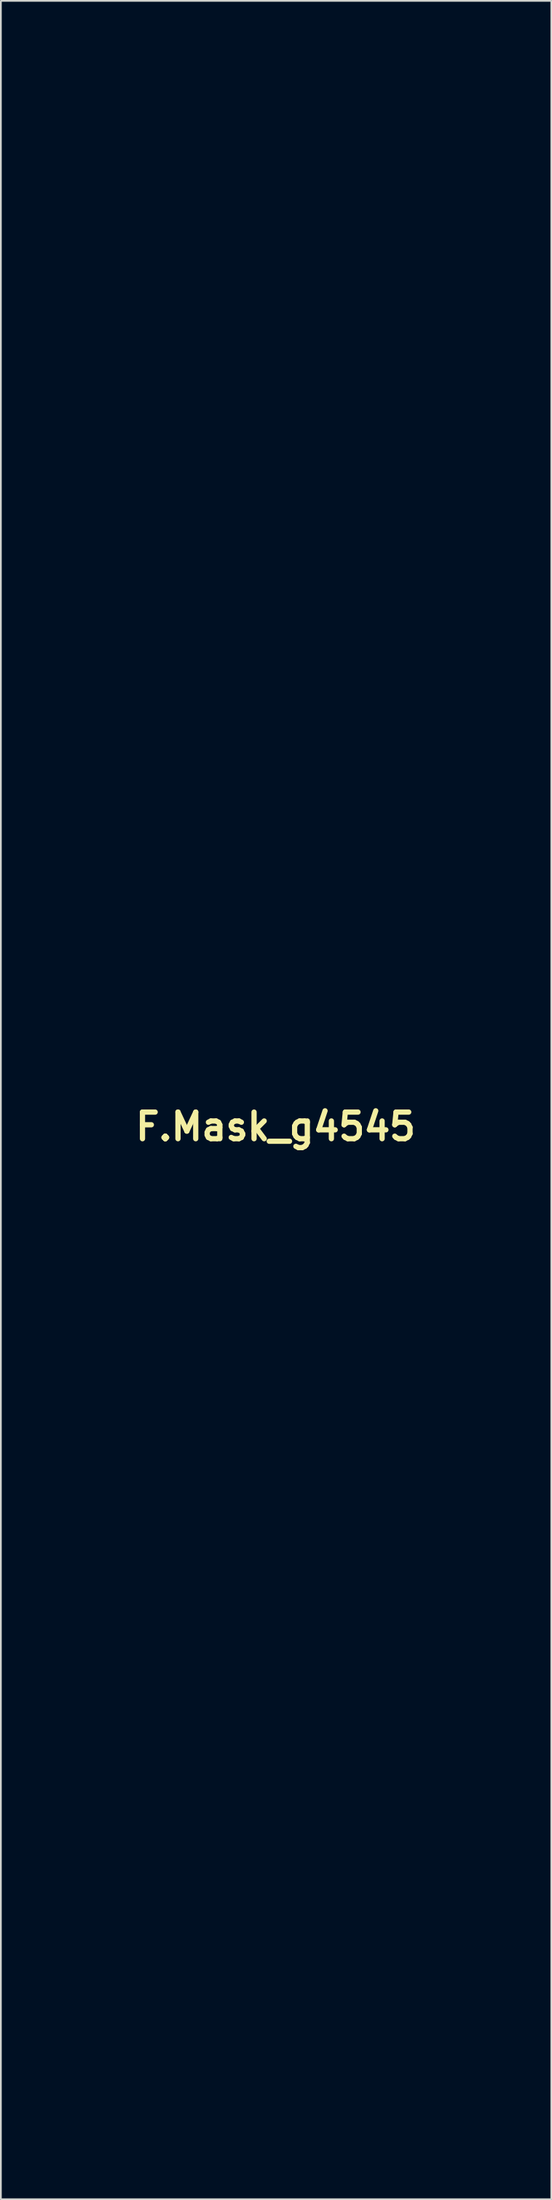
<source format=kicad_pcb>
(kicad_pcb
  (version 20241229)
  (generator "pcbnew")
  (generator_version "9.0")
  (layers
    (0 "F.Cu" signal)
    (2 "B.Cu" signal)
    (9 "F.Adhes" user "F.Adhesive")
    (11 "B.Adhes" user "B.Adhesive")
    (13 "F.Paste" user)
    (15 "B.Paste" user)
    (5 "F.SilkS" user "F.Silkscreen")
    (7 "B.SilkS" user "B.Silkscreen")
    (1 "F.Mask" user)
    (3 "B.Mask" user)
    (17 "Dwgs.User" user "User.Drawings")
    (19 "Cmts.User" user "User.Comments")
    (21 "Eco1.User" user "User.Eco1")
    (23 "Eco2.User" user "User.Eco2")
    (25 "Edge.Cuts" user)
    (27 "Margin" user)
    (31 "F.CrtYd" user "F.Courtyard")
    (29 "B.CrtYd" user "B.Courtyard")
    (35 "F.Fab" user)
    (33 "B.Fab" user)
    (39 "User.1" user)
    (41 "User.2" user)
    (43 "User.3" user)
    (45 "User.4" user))
  (footprint "F.Mask_g4545"
    (layer "F.Cu")
    (at 12.726 61.421)
    (property "Reference" "F.Mask_g4545" (at 0 0 0) (layer "F.SilkS") (effects (font (size 1.524 1.524) (thickness 0.3))))
    (attr through_hole)
    (fp_poly (pts (xy -11.486 -2.211) (xy -11.361 -2.164) (xy -11.303 -2.14) (xy -11.266 -2.142) (xy -11.231 -2.168) (xy -11.174 -2.196) (xy -11.123 -2.186) (xy -11.092 -2.148) (xy -11.092 -2.095) (xy -11.116 -2.053) (xy -11.143 -2.016) (xy -11.144 -1.979) (xy -11.12 -1.923) (xy -11.067 -1.775) (xy -11.056 -1.636) (xy -11.089 -1.501) (xy -11.167 -1.362) (xy -11.269 -1.238) (xy -11.369 -1.125) (xy -11.438 -1.034) (xy -11.483 -0.953) (xy -11.509 -0.871) (xy -11.524 -0.78) (xy -11.548 -0.66) (xy -11.589 -0.587) (xy -11.647 -0.562) (xy -11.723 -0.585) (xy -11.817 -0.655) (xy -11.858 -0.695) (xy -11.992 -0.83) (xy -12.092 -0.781) (xy -12.205 -0.749) (xy -12.312 -0.759) (xy -12.407 -0.805) (xy -12.481 -0.877) (xy -12.528 -0.97) (xy -12.541 -1.074) (xy -12.511 -1.184) (xy -12.504 -1.197) (xy -12.453 -1.291) (xy -12.589 -1.426) (xy -12.678 -1.527) (xy -12.719 -1.609) (xy -12.713 -1.674) (xy -12.659 -1.722) (xy -12.558 -1.754) (xy -12.499 -1.763) (xy -12.405 -1.779) (xy -12.327 -1.804) (xy -12.251 -1.845) (xy -12.166 -1.909) (xy -12.059 -2.003) (xy -12.046 -2.015) (xy -11.899 -2.133) (xy -11.761 -2.204) (xy -11.625 -2.229) (xy -11.486 -2.211)) (stroke (width 0.01) (type solid)) (fill yes) (layer "F.Mask"))
    (fp_poly (pts (xy -11.513 21.357) (xy -11.407 21.383) (xy -11.383 21.393) (xy -11.322 21.42) (xy -11.282 21.42) (xy -11.244 21.399) (xy -11.19 21.367) (xy -11.153 21.369) (xy -11.114 21.402) (xy -11.089 21.434) (xy -11.092 21.469) (xy -11.115 21.511) (xy -11.141 21.566) (xy -11.138 21.612) (xy -11.118 21.655) (xy -11.065 21.799) (xy -11.056 21.938) (xy -11.093 22.076) (xy -11.178 22.219) (xy -11.266 22.326) (xy -11.368 22.442) (xy -11.439 22.537) (xy -11.484 22.622) (xy -11.511 22.71) (xy -11.524 22.792) (xy -11.549 22.91) (xy -11.594 22.984) (xy -11.657 23.012) (xy -11.664 23.012) (xy -11.706 22.996) (xy -11.77 22.952) (xy -11.844 22.89) (xy -11.857 22.878) (xy -12.002 22.743) (xy -12.09 22.79) (xy -12.202 22.823) (xy -12.313 22.808) (xy -12.414 22.749) (xy -12.498 22.649) (xy -12.541 22.543) (xy -12.536 22.442) (xy -12.499 22.362) (xy -12.451 22.282) (xy -12.588 22.147) (xy -12.674 22.052) (xy -12.717 21.976) (xy -12.721 21.914) (xy -12.686 21.859) (xy -12.685 21.859) (xy -12.632 21.826) (xy -12.598 21.819) (xy -12.546 21.813) (xy -12.467 21.8) (xy -12.419 21.79) (xy -12.345 21.769) (xy -12.277 21.735) (xy -12.202 21.68) (xy -12.11 21.599) (xy -12.022 21.522) (xy -11.939 21.454) (xy -11.872 21.405) (xy -11.852 21.393) (xy -11.758 21.363) (xy -11.638 21.351) (xy -11.513 21.357)) (stroke (width 0.01) (type solid)) (fill yes) (layer "F.Mask"))
    (fp_poly (pts (xy 11.624 -49.328) (xy 11.776 -49.233) (xy 11.86 -49.161) (xy 11.978 -49.055) (xy 12.076 -48.984) (xy 12.163 -48.942) (xy 12.248 -48.923) (xy 12.299 -48.92) (xy 12.416 -48.907) (xy 12.489 -48.868) (xy 12.519 -48.807) (xy 12.504 -48.727) (xy 12.443 -48.631) (xy 12.393 -48.575) (xy 12.264 -48.444) (xy 12.304 -48.366) (xy 12.338 -48.251) (xy 12.33 -48.134) (xy 12.282 -48.03) (xy 12.199 -47.951) (xy 12.194 -47.948) (xy 12.111 -47.917) (xy 12.011 -47.907) (xy 11.916 -47.916) (xy 11.851 -47.943) (xy 11.824 -47.959) (xy 11.795 -47.956) (xy 11.756 -47.931) (xy 11.695 -47.877) (xy 11.656 -47.841) (xy 11.572 -47.764) (xy 11.512 -47.72) (xy 11.466 -47.706) (xy 11.422 -47.718) (xy 11.385 -47.741) (xy 11.342 -47.792) (xy 11.328 -47.871) (xy 11.328 -47.874) (xy 11.319 -47.989) (xy 11.287 -48.092) (xy 11.228 -48.195) (xy 11.133 -48.311) (xy 11.109 -48.338) (xy 11.032 -48.427) (xy 10.965 -48.513) (xy 10.919 -48.582) (xy 10.907 -48.605) (xy 10.878 -48.722) (xy 10.874 -48.86) (xy 10.895 -48.994) (xy 10.913 -49.049) (xy 10.937 -49.123) (xy 10.935 -49.167) (xy 10.925 -49.181) (xy 10.895 -49.237) (xy 10.902 -49.291) (xy 10.936 -49.33) (xy 10.987 -49.344) (xy 11.043 -49.319) (xy 11.047 -49.316) (xy 11.081 -49.291) (xy 11.117 -49.292) (xy 11.173 -49.317) (xy 11.325 -49.369) (xy 11.475 -49.373) (xy 11.624 -49.328)) (stroke (width 0.01) (type solid)) (fill yes) (layer "F.Mask"))
    (fp_poly (pts (xy 11.574 -2.209) (xy 11.662 -2.172) (xy 11.758 -2.107) (xy 11.86 -2.018) (xy 11.978 -1.913) (xy 12.076 -1.842) (xy 12.163 -1.799) (xy 12.248 -1.78) (xy 12.299 -1.778) (xy 12.416 -1.764) (xy 12.489 -1.725) (xy 12.519 -1.664) (xy 12.504 -1.584) (xy 12.443 -1.488) (xy 12.395 -1.435) (xy 12.268 -1.306) (xy 12.309 -1.201) (xy 12.339 -1.074) (xy 12.319 -0.961) (xy 12.251 -0.862) (xy 12.228 -0.84) (xy 12.157 -0.788) (xy 12.086 -0.766) (xy 12.02 -0.763) (xy 11.937 -0.771) (xy 11.869 -0.791) (xy 11.851 -0.801) (xy 11.824 -0.816) (xy 11.795 -0.814) (xy 11.756 -0.789) (xy 11.695 -0.735) (xy 11.656 -0.698) (xy 11.572 -0.621) (xy 11.512 -0.578) (xy 11.466 -0.564) (xy 11.422 -0.575) (xy 11.385 -0.598) (xy 11.341 -0.651) (xy 11.328 -0.729) (xy 11.315 -0.859) (xy 11.271 -0.978) (xy 11.192 -1.099) (xy 11.11 -1.193) (xy 11.034 -1.279) (xy 10.966 -1.363) (xy 10.919 -1.43) (xy 10.91 -1.445) (xy 10.878 -1.547) (xy 10.867 -1.673) (xy 10.876 -1.798) (xy 10.907 -1.901) (xy 10.909 -1.905) (xy 10.936 -1.97) (xy 10.933 -2.019) (xy 10.922 -2.045) (xy 10.902 -2.108) (xy 10.901 -2.149) (xy 10.93 -2.191) (xy 10.981 -2.204) (xy 11.034 -2.186) (xy 11.047 -2.174) (xy 11.075 -2.15) (xy 11.111 -2.153) (xy 11.153 -2.173) (xy 11.283 -2.216) (xy 11.431 -2.229) (xy 11.574 -2.209)) (stroke (width 0.01) (type solid)) (fill yes) (layer "F.Mask"))
    (fp_poly (pts (xy 11.602 21.382) (xy 11.734 21.463) (xy 11.853 21.564) (xy 11.959 21.66) (xy 12.045 21.725) (xy 12.123 21.766) (xy 12.208 21.791) (xy 12.294 21.806) (xy 12.417 21.834) (xy 12.493 21.88) (xy 12.522 21.943) (xy 12.522 21.951) (xy 12.505 21.992) (xy 12.461 22.056) (xy 12.398 22.13) (xy 12.381 22.148) (xy 12.318 22.22) (xy 12.276 22.276) (xy 12.263 22.309) (xy 12.266 22.312) (xy 12.289 22.346) (xy 12.313 22.407) (xy 12.316 22.416) (xy 12.327 22.535) (xy 12.296 22.641) (xy 12.234 22.729) (xy 12.148 22.792) (xy 12.045 22.82) (xy 11.935 22.809) (xy 11.889 22.791) (xy 11.792 22.742) (xy 11.651 22.877) (xy 11.558 22.959) (xy 11.486 23.001) (xy 11.429 23.005) (xy 11.378 22.972) (xy 11.359 22.949) (xy 11.321 22.873) (xy 11.308 22.787) (xy 11.294 22.68) (xy 11.253 22.578) (xy 11.18 22.469) (xy 11.088 22.365) (xy 10.99 22.257) (xy 10.925 22.168) (xy 10.884 22.087) (xy 10.861 21.999) (xy 10.855 21.951) (xy 10.855 21.836) (xy 10.885 21.715) (xy 10.893 21.693) (xy 10.922 21.613) (xy 10.932 21.565) (xy 10.924 21.534) (xy 10.906 21.51) (xy 10.879 21.454) (xy 10.891 21.405) (xy 10.929 21.374) (xy 10.982 21.373) (xy 11.02 21.396) (xy 11.05 21.418) (xy 11.084 21.422) (xy 11.138 21.408) (xy 11.197 21.386) (xy 11.341 21.346) (xy 11.474 21.344) (xy 11.602 21.382)) (stroke (width 0.01) (type solid)) (fill yes) (layer "F.Mask"))
    (fp_poly (pts (xy -11.48 -49.362) (xy -11.382 -49.326) (xy -11.312 -49.297) (xy -11.271 -49.289) (xy -11.241 -49.303) (xy -11.224 -49.317) (xy -11.167 -49.345) (xy -11.118 -49.334) (xy -11.088 -49.294) (xy -11.087 -49.235) (xy -11.106 -49.193) (xy -11.126 -49.151) (xy -11.125 -49.109) (xy -11.101 -49.045) (xy -11.096 -49.035) (xy -11.053 -48.883) (xy -11.059 -48.73) (xy -11.115 -48.574) (xy -11.221 -48.415) (xy -11.286 -48.341) (xy -11.389 -48.225) (xy -11.456 -48.126) (xy -11.493 -48.034) (xy -11.506 -47.937) (xy -11.506 -47.918) (xy -11.517 -47.821) (xy -11.554 -47.755) (xy -11.557 -47.752) (xy -11.609 -47.712) (xy -11.66 -47.706) (xy -11.726 -47.736) (xy -11.748 -47.749) (xy -11.813 -47.798) (xy -11.886 -47.863) (xy -11.91 -47.887) (xy -11.963 -47.94) (xy -11.997 -47.96) (xy -12.029 -47.954) (xy -12.056 -47.938) (xy -12.134 -47.909) (xy -12.234 -47.901) (xy -12.329 -47.914) (xy -12.37 -47.93) (xy -12.441 -47.993) (xy -12.492 -48.087) (xy -12.519 -48.194) (xy -12.517 -48.298) (xy -12.485 -48.377) (xy -12.467 -48.41) (xy -12.472 -48.441) (xy -12.503 -48.482) (xy -12.551 -48.529) (xy -12.648 -48.636) (xy -12.701 -48.723) (xy -12.709 -48.794) (xy -12.7 -48.818) (xy -12.638 -48.885) (xy -12.54 -48.917) (xy -12.485 -48.92) (xy -12.386 -48.932) (xy -12.289 -48.969) (xy -12.184 -49.037) (xy -12.061 -49.141) (xy -12.043 -49.158) (xy -11.896 -49.279) (xy -11.756 -49.352) (xy -11.62 -49.379) (xy -11.48 -49.362)) (stroke (width 0.01) (type solid)) (fill yes) (layer "F.Mask"))
    (fp_poly (pts (xy -0.278 -37.579) (xy -0.212 -37.565) (xy -0.123 -37.529) (xy -0.027 -37.464) (xy 0.074 -37.375) (xy 0.193 -37.27) (xy 0.29 -37.198) (xy 0.377 -37.156) (xy 0.463 -37.137) (xy 0.514 -37.135) (xy 0.63 -37.121) (xy 0.704 -37.082) (xy 0.733 -37.021) (xy 0.718 -36.941) (xy 0.657 -36.845) (xy 0.61 -36.792) (xy 0.482 -36.663) (xy 0.524 -36.558) (xy 0.553 -36.43) (xy 0.534 -36.318) (xy 0.466 -36.218) (xy 0.443 -36.197) (xy 0.372 -36.145) (xy 0.301 -36.123) (xy 0.234 -36.12) (xy 0.151 -36.128) (xy 0.083 -36.147) (xy 0.065 -36.157) (xy 0.038 -36.173) (xy 0.01 -36.171) (xy -0.03 -36.145) (xy -0.091 -36.092) (xy -0.13 -36.055) (xy -0.213 -35.978) (xy -0.273 -35.935) (xy -0.32 -35.92) (xy -0.363 -35.932) (xy -0.401 -35.955) (xy -0.444 -36.006) (xy -0.457 -36.085) (xy -0.457 -36.088) (xy -0.466 -36.201) (xy -0.496 -36.301) (xy -0.553 -36.401) (xy -0.642 -36.514) (xy -0.684 -36.559) (xy -0.769 -36.659) (xy -0.839 -36.752) (xy -0.883 -36.828) (xy -0.89 -36.845) (xy -0.916 -36.973) (xy -0.916 -37.107) (xy -0.891 -37.226) (xy -0.875 -37.264) (xy -0.849 -37.328) (xy -0.853 -37.378) (xy -0.864 -37.402) (xy -0.885 -37.475) (xy -0.872 -37.531) (xy -0.833 -37.561) (xy -0.777 -37.556) (xy -0.737 -37.529) (xy -0.698 -37.501) (xy -0.663 -37.506) (xy -0.629 -37.526) (xy -0.532 -37.567) (xy -0.408 -37.585) (xy -0.278 -37.579)) (stroke (width 0.01) (type solid)) (fill yes) (layer "F.Mask"))
    (fp_poly (pts (xy -0.233 56.717) (xy -0.146 56.755) (xy -0.042 56.827) (xy 0.058 56.914) (xy 0.178 57.018) (xy 0.277 57.088) (xy 0.366 57.129) (xy 0.455 57.148) (xy 0.508 57.15) (xy 0.597 57.167) (xy 0.673 57.21) (xy 0.724 57.269) (xy 0.737 57.316) (xy 0.72 57.353) (xy 0.676 57.414) (xy 0.613 57.486) (xy 0.6 57.501) (xy 0.532 57.574) (xy 0.494 57.622) (xy 0.482 57.655) (xy 0.489 57.683) (xy 0.501 57.702) (xy 0.53 57.781) (xy 0.536 57.881) (xy 0.519 57.978) (xy 0.497 58.028) (xy 0.418 58.109) (xy 0.316 58.159) (xy 0.206 58.175) (xy 0.103 58.152) (xy 0.07 58.134) (xy 0.039 58.117) (xy 0.011 58.116) (xy -0.026 58.138) (xy -0.082 58.186) (xy -0.131 58.232) (xy -0.205 58.297) (xy -0.269 58.346) (xy -0.312 58.369) (xy -0.317 58.369) (xy -0.362 58.352) (xy -0.416 58.311) (xy -0.42 58.307) (xy -0.468 58.238) (xy -0.483 58.148) (xy -0.483 58.141) (xy -0.491 58.047) (xy -0.519 57.96) (xy -0.572 57.868) (xy -0.656 57.761) (xy -0.719 57.691) (xy -0.822 57.569) (xy -0.888 57.468) (xy -0.916 57.399) (xy -0.933 57.255) (xy -0.915 57.106) (xy -0.875 56.995) (xy -0.85 56.939) (xy -0.852 56.904) (xy -0.878 56.869) (xy -0.906 56.812) (xy -0.895 56.762) (xy -0.857 56.731) (xy -0.804 56.73) (xy -0.763 56.755) (xy -0.727 56.782) (xy -0.69 56.782) (xy -0.638 56.758) (xy -0.503 56.712) (xy -0.353 56.7) (xy -0.233 56.717)) (stroke (width 0.01) (type solid)) (fill yes) (layer "F.Mask"))
    (fp_poly (pts (xy -0.33 9.561) (xy -0.266 9.574) (xy -0.189 9.596) (xy -0.12 9.63) (xy -0.046 9.683) (xy 0.049 9.766) (xy 0.049 9.767) (xy 0.162 9.867) (xy 0.254 9.935) (xy 0.335 9.98) (xy 0.42 10.007) (xy 0.519 10.023) (xy 0.52 10.023) (xy 0.619 10.042) (xy 0.679 10.071) (xy 0.7 10.093) (xy 0.726 10.14) (xy 0.731 10.183) (xy 0.709 10.232) (xy 0.656 10.297) (xy 0.595 10.363) (xy 0.532 10.434) (xy 0.491 10.491) (xy 0.478 10.523) (xy 0.48 10.527) (xy 0.504 10.56) (xy 0.528 10.621) (xy 0.53 10.631) (xy 0.541 10.749) (xy 0.511 10.856) (xy 0.448 10.944) (xy 0.362 11.006) (xy 0.26 11.035) (xy 0.15 11.023) (xy 0.104 11.005) (xy 0.006 10.957) (xy -0.134 11.092) (xy -0.226 11.172) (xy -0.296 11.215) (xy -0.354 11.223) (xy -0.409 11.199) (xy -0.415 11.195) (xy -0.446 11.15) (xy -0.469 11.08) (xy -0.472 11.062) (xy -0.489 10.941) (xy -0.506 10.856) (xy -0.531 10.791) (xy -0.57 10.732) (xy -0.63 10.663) (xy -0.672 10.618) (xy -0.75 10.531) (xy -0.819 10.447) (xy -0.868 10.379) (xy -0.879 10.361) (xy -0.91 10.267) (xy -0.925 10.148) (xy -0.922 10.024) (xy -0.903 9.915) (xy -0.884 9.867) (xy -0.859 9.81) (xy -0.861 9.77) (xy -0.879 9.742) (xy -0.911 9.676) (xy -0.898 9.627) (xy -0.861 9.6) (xy -0.809 9.586) (xy -0.766 9.61) (xy -0.738 9.629) (xy -0.702 9.633) (xy -0.645 9.62) (xy -0.564 9.595) (xy -0.47 9.567) (xy -0.399 9.556) (xy -0.33 9.561)) (stroke (width 0.01) (type solid)) (fill yes) (layer "F.Mask"))
    (fp_poly (pts (xy -11.408 9.327) (xy -11.308 9.379) (xy -11.211 9.454) (xy -11.127 9.546) (xy -11.071 9.639) (xy -11.028 9.759) (xy -11.025 9.85) (xy -11.064 9.92) (xy -11.148 9.974) (xy -11.252 10.01) (xy -11.367 10.042) (xy -11.224 10.062) (xy -11.095 10.083) (xy -10.978 10.108) (xy -10.883 10.135) (xy -10.821 10.16) (xy -10.802 10.177) (xy -10.816 10.207) (xy -10.861 10.247) (xy -10.883 10.261) (xy -10.942 10.302) (xy -10.968 10.342) (xy -10.965 10.398) (xy -10.949 10.458) (xy -10.939 10.523) (xy -10.949 10.555) (xy -10.98 10.549) (xy -11.043 10.523) (xy -11.125 10.48) (xy -11.149 10.466) (xy -11.31 10.376) (xy -11.433 10.317) (xy -11.52 10.288) (xy -11.571 10.288) (xy -11.579 10.294) (xy -11.599 10.323) (xy -11.604 10.36) (xy -11.59 10.413) (xy -11.555 10.49) (xy -11.498 10.6) (xy -11.468 10.654) (xy -11.412 10.757) (xy -11.367 10.844) (xy -11.338 10.905) (xy -11.328 10.93) (xy -11.351 10.939) (xy -11.408 10.94) (xy -11.453 10.935) (xy -11.528 10.927) (xy -11.572 10.934) (xy -11.602 10.962) (xy -11.623 10.996) (xy -11.669 11.057) (xy -11.708 11.068) (xy -11.74 11.029) (xy -11.762 10.966) (xy -11.782 10.883) (xy -11.805 10.775) (xy -11.822 10.683) (xy -11.852 10.507) (xy -11.883 10.648) (xy -11.919 10.764) (xy -11.968 10.835) (xy -12.034 10.865) (xy -12.104 10.863) (xy -12.235 10.822) (xy -12.356 10.749) (xy -12.457 10.653) (xy -12.53 10.543) (xy -12.566 10.429) (xy -12.568 10.376) (xy -12.561 10.321) (xy -12.543 10.283) (xy -12.504 10.25) (xy -12.433 10.21) (xy -12.403 10.194) (xy -12.3 10.149) (xy -12.193 10.113) (xy -12.12 10.097) (xy -12.037 10.08) (xy -11.99 10.053) (xy -11.967 10.018) (xy -11.922 9.959) (xy -11.878 9.928) (xy -11.838 9.899) (xy -11.811 9.846) (xy -11.788 9.755) (xy -11.788 9.755) (xy -11.757 9.637) (xy -11.712 9.521) (xy -11.661 9.419) (xy -11.609 9.346) (xy -11.576 9.318) (xy -11.501 9.305) (xy -11.408 9.327)) (stroke (width 0.01) (type solid)) (fill yes) (layer "F.Mask"))
    (fp_poly (pts (xy -11.834 -61.408) (xy -11.754 -61.358) (xy -11.748 -61.352) (xy -11.703 -61.284) (xy -11.657 -61.185) (xy -11.617 -61.074) (xy -11.59 -60.969) (xy -11.582 -60.904) (xy -11.566 -60.839) (xy -11.517 -60.802) (xy -11.457 -60.757) (xy -11.415 -60.701) (xy -11.37 -60.645) (xy -11.307 -60.63) (xy -11.222 -60.618) (xy -11.115 -60.588) (xy -11.005 -60.546) (xy -10.911 -60.5) (xy -10.86 -60.464) (xy -10.808 -60.39) (xy -10.799 -60.303) (xy -10.834 -60.196) (xy -10.843 -60.178) (xy -10.941 -60.041) (xy -11.074 -59.934) (xy -11.231 -59.866) (xy -11.267 -59.857) (xy -11.354 -59.86) (xy -11.423 -59.91) (xy -11.475 -60.007) (xy -11.491 -60.058) (xy -11.524 -60.185) (xy -11.541 -60.096) (xy -11.576 -59.929) (xy -11.603 -59.805) (xy -11.625 -59.72) (xy -11.642 -59.669) (xy -11.657 -59.644) (xy -11.667 -59.64) (xy -11.698 -59.659) (xy -11.74 -59.709) (xy -11.756 -59.731) (xy -11.788 -59.779) (xy -11.817 -59.803) (xy -11.856 -59.807) (xy -11.921 -59.793) (xy -11.982 -59.776) (xy -12.025 -59.774) (xy -12.038 -59.8) (xy -12.02 -59.859) (xy -11.972 -59.954) (xy -11.949 -59.995) (xy -11.893 -60.094) (xy -11.84 -60.196) (xy -11.806 -60.266) (xy -11.777 -60.338) (xy -11.77 -60.38) (xy -11.784 -60.409) (xy -11.793 -60.419) (xy -11.821 -60.44) (xy -11.857 -60.44) (xy -11.917 -60.419) (xy -11.946 -60.406) (xy -12.031 -60.365) (xy -12.134 -60.31) (xy -12.217 -60.264) (xy -12.325 -60.205) (xy -12.395 -60.177) (xy -12.433 -60.179) (xy -12.44 -60.212) (xy -12.436 -60.23) (xy -12.412 -60.318) (xy -12.404 -60.372) (xy -12.415 -60.406) (xy -12.448 -60.434) (xy -12.481 -60.457) (xy -12.534 -60.492) (xy -12.564 -60.521) (xy -12.568 -60.545) (xy -12.542 -60.567) (xy -12.482 -60.59) (xy -12.383 -60.615) (xy -12.241 -60.645) (xy -12.116 -60.671) (xy -12.027 -60.689) (xy -12.148 -60.72) (xy -12.249 -60.752) (xy -12.309 -60.79) (xy -12.338 -60.843) (xy -12.344 -60.913) (xy -12.32 -61.055) (xy -12.247 -61.186) (xy -12.128 -61.303) (xy -12.04 -61.364) (xy -11.93 -61.41) (xy -11.834 -61.408)) (stroke (width 0.01) (type solid)) (fill yes) (layer "F.Mask"))
    (fp_poly (pts (xy -0.059 21.093) (xy -0.017 21.115) (xy 0.046 21.179) (xy 0.104 21.282) (xy 0.154 21.412) (xy 0.186 21.539) (xy 0.205 21.619) (xy 0.227 21.674) (xy 0.243 21.692) (xy 0.279 21.71) (xy 0.327 21.752) (xy 0.366 21.8) (xy 0.381 21.833) (xy 0.404 21.851) (xy 0.463 21.871) (xy 0.529 21.886) (xy 0.684 21.925) (xy 0.814 21.977) (xy 0.911 22.038) (xy 0.954 22.084) (xy 0.981 22.135) (xy 0.984 22.186) (xy 0.967 22.255) (xy 0.913 22.363) (xy 0.825 22.47) (xy 0.716 22.561) (xy 0.602 22.622) (xy 0.577 22.63) (xy 0.47 22.65) (xy 0.394 22.637) (xy 0.34 22.586) (xy 0.298 22.491) (xy 0.289 22.461) (xy 0.245 22.314) (xy 0.212 22.519) (xy 0.183 22.679) (xy 0.154 22.788) (xy 0.125 22.848) (xy 0.104 22.86) (xy 0.075 22.841) (xy 0.033 22.794) (xy 0.024 22.782) (xy -0.013 22.735) (xy -0.049 22.715) (xy -0.104 22.714) (xy -0.156 22.721) (xy -0.227 22.728) (xy -0.271 22.728) (xy -0.279 22.725) (xy -0.268 22.699) (xy -0.238 22.637) (xy -0.192 22.547) (xy -0.136 22.439) (xy -0.124 22.415) (xy -0.061 22.293) (xy -0.019 22.208) (xy 0.003 22.151) (xy 0.01 22.115) (xy 0.002 22.091) (xy -0.007 22.081) (xy -0.027 22.067) (xy -0.055 22.065) (xy -0.1 22.078) (xy -0.17 22.109) (xy -0.272 22.159) (xy -0.333 22.191) (xy -0.443 22.248) (xy -0.538 22.296) (xy -0.608 22.331) (xy -0.643 22.348) (xy -0.644 22.349) (xy -0.655 22.333) (xy -0.654 22.277) (xy -0.649 22.236) (xy -0.64 22.16) (xy -0.648 22.113) (xy -0.679 22.074) (xy -0.713 22.046) (xy -0.76 21.999) (xy -0.78 21.96) (xy -0.778 21.951) (xy -0.746 21.933) (xy -0.678 21.911) (xy -0.586 21.887) (xy -0.483 21.864) (xy -0.383 21.846) (xy -0.318 21.838) (xy -0.282 21.833) (xy -0.281 21.823) (xy -0.32 21.806) (xy -0.392 21.78) (xy -0.497 21.735) (xy -0.557 21.679) (xy -0.577 21.605) (xy -0.562 21.501) (xy -0.559 21.487) (xy -0.512 21.388) (xy -0.433 21.285) (xy -0.334 21.192) (xy -0.231 21.125) (xy -0.182 21.106) (xy -0.109 21.088) (xy -0.059 21.093)) (stroke (width 0.01) (type solid)) (fill yes) (layer "F.Mask"))
    (fp_poly (pts (xy -11.394 56.475) (xy -11.293 56.532) (xy -11.197 56.612) (xy -11.115 56.708) (xy -11.058 56.812) (xy -11.046 56.844) (xy -11.027 56.954) (xy -11.046 57.035) (xy -11.107 57.094) (xy -11.182 57.126) (xy -11.274 57.16) (xy -11.317 57.184) (xy -11.31 57.197) (xy -11.27 57.201) (xy -11.195 57.207) (xy -11.103 57.222) (xy -11.006 57.244) (xy -10.919 57.269) (xy -10.853 57.293) (xy -10.821 57.314) (xy -10.82 57.317) (xy -10.839 57.352) (xy -10.886 57.396) (xy -10.897 57.404) (xy -10.943 57.441) (xy -10.963 57.477) (xy -10.963 57.533) (xy -10.957 57.584) (xy -10.951 57.655) (xy -10.953 57.701) (xy -10.959 57.709) (xy -10.988 57.697) (xy -11.048 57.665) (xy -11.129 57.62) (xy -11.151 57.607) (xy -11.308 57.519) (xy -11.428 57.461) (xy -11.515 57.433) (xy -11.571 57.433) (xy -11.601 57.461) (xy -11.607 57.504) (xy -11.596 57.541) (xy -11.565 57.611) (xy -11.52 57.702) (xy -11.468 57.803) (xy -11.414 57.902) (xy -11.364 57.988) (xy -11.353 58.006) (xy -11.331 58.058) (xy -11.348 58.082) (xy -11.408 58.081) (xy -11.454 58.071) (xy -11.52 58.057) (xy -11.561 58.065) (xy -11.6 58.104) (xy -11.621 58.131) (xy -11.678 58.195) (xy -11.718 58.216) (xy -11.744 58.198) (xy -11.756 58.16) (xy -11.774 58.087) (xy -11.794 57.993) (xy -11.813 57.893) (xy -11.828 57.802) (xy -11.837 57.733) (xy -11.838 57.716) (xy -11.843 57.692) (xy -11.857 57.713) (xy -11.882 57.78) (xy -11.89 57.805) (xy -11.934 57.917) (xy -11.985 57.983) (xy -12.05 58.009) (xy -12.138 57.999) (xy -12.162 57.992) (xy -12.317 57.92) (xy -12.446 57.808) (xy -12.534 57.674) (xy -12.572 57.593) (xy -12.587 57.54) (xy -12.583 57.499) (xy -12.569 57.464) (xy -12.513 57.398) (xy -12.417 57.336) (xy -12.292 57.283) (xy -12.147 57.245) (xy -12.146 57.245) (xy -12.053 57.222) (xy -11.997 57.197) (xy -11.967 57.161) (xy -11.965 57.157) (xy -11.921 57.1) (xy -11.88 57.071) (xy -11.842 57.043) (xy -11.814 56.989) (xy -11.79 56.898) (xy -11.788 56.889) (xy -11.752 56.754) (xy -11.702 56.632) (xy -11.646 56.534) (xy -11.588 56.471) (xy -11.57 56.46) (xy -11.489 56.449) (xy -11.394 56.475)) (stroke (width 0.01) (type solid)) (fill yes) (layer "F.Mask"))
    (fp_poly (pts (xy -11.796 -37.815) (xy -11.774 -37.796) (xy -11.713 -37.716) (xy -11.657 -37.604) (xy -11.613 -37.476) (xy -11.59 -37.362) (xy -11.576 -37.287) (xy -11.556 -37.243) (xy -11.545 -37.236) (xy -11.506 -37.218) (xy -11.458 -37.175) (xy -11.418 -37.126) (xy -11.405 -37.092) (xy -11.382 -37.074) (xy -11.323 -37.058) (xy -11.278 -37.051) (xy -11.142 -37.023) (xy -11.017 -36.977) (xy -10.912 -36.918) (xy -10.835 -36.851) (xy -10.798 -36.782) (xy -10.795 -36.761) (xy -10.817 -36.662) (xy -10.876 -36.555) (xy -10.962 -36.453) (xy -11.065 -36.367) (xy -11.175 -36.308) (xy -11.198 -36.301) (xy -11.301 -36.276) (xy -11.372 -36.28) (xy -11.422 -36.318) (xy -11.462 -36.398) (xy -11.482 -36.452) (xy -11.504 -36.514) (xy -11.52 -36.546) (xy -11.534 -36.547) (xy -11.549 -36.51) (xy -11.567 -36.433) (xy -11.592 -36.31) (xy -11.596 -36.29) (xy -11.624 -36.167) (xy -11.653 -36.093) (xy -11.682 -36.066) (xy -11.714 -36.086) (xy -11.734 -36.117) (xy -11.785 -36.193) (xy -11.839 -36.226) (xy -11.905 -36.219) (xy -11.913 -36.216) (xy -11.993 -36.196) (xy -12.034 -36.206) (xy -12.038 -36.248) (xy -12.005 -36.323) (xy -11.988 -36.353) (xy -11.933 -36.451) (xy -11.872 -36.566) (xy -11.831 -36.648) (xy -11.791 -36.734) (xy -11.773 -36.787) (xy -11.773 -36.82) (xy -11.79 -36.846) (xy -11.793 -36.848) (xy -11.813 -36.862) (xy -11.84 -36.864) (xy -11.883 -36.852) (xy -11.95 -36.823) (xy -12.048 -36.773) (xy -12.126 -36.733) (xy -12.236 -36.678) (xy -12.329 -36.635) (xy -12.398 -36.608) (xy -12.432 -36.601) (xy -12.434 -36.602) (xy -12.437 -36.64) (xy -12.426 -36.704) (xy -12.422 -36.722) (xy -12.409 -36.777) (xy -12.411 -36.815) (xy -12.438 -36.848) (xy -12.496 -36.891) (xy -12.533 -36.915) (xy -12.564 -36.951) (xy -12.564 -36.976) (xy -12.532 -36.995) (xy -12.464 -37.018) (xy -12.375 -37.042) (xy -12.279 -37.064) (xy -12.191 -37.079) (xy -12.13 -37.084) (xy -12.077 -37.091) (xy -12.068 -37.109) (xy -12.1 -37.13) (xy -12.164 -37.147) (xy -12.268 -37.183) (xy -12.331 -37.249) (xy -12.352 -37.343) (xy -12.352 -37.351) (xy -12.326 -37.466) (xy -12.262 -37.583) (xy -12.171 -37.691) (xy -12.063 -37.777) (xy -11.948 -37.83) (xy -11.923 -37.835) (xy -11.85 -37.84) (xy -11.796 -37.815)) (stroke (width 0.01) (type solid)) (fill yes) (layer "F.Mask"))
    (fp_poly (pts (xy 11.75 9.308) (xy 11.816 9.354) (xy 11.823 9.362) (xy 11.868 9.43) (xy 11.915 9.529) (xy 11.955 9.64) (xy 11.981 9.744) (xy 11.989 9.81) (xy 12.005 9.875) (xy 12.054 9.911) (xy 12.114 9.956) (xy 12.156 10.013) (xy 12.207 10.071) (xy 12.253 10.084) (xy 12.336 10.095) (xy 12.441 10.123) (xy 12.55 10.162) (xy 12.645 10.206) (xy 12.709 10.247) (xy 12.709 10.247) (xy 12.762 10.32) (xy 12.772 10.405) (xy 12.741 10.509) (xy 12.726 10.539) (xy 12.656 10.643) (xy 12.564 10.732) (xy 12.46 10.801) (xy 12.354 10.845) (xy 12.256 10.858) (xy 12.178 10.834) (xy 12.177 10.834) (xy 12.129 10.779) (xy 12.092 10.695) (xy 12.09 10.687) (xy 12.071 10.615) (xy 12.057 10.563) (xy 12.055 10.554) (xy 12.046 10.558) (xy 12.033 10.601) (xy 12.03 10.617) (xy 11.995 10.787) (xy 11.967 10.912) (xy 11.945 10.998) (xy 11.927 11.05) (xy 11.911 11.072) (xy 11.905 11.074) (xy 11.873 11.054) (xy 11.831 11.005) (xy 11.816 10.984) (xy 11.764 10.921) (xy 11.719 10.906) (xy 11.715 10.907) (xy 11.62 10.933) (xy 11.564 10.941) (xy 11.537 10.933) (xy 11.532 10.912) (xy 11.544 10.869) (xy 11.577 10.802) (xy 11.607 10.749) (xy 11.661 10.654) (xy 11.719 10.544) (xy 11.75 10.48) (xy 11.785 10.397) (xy 11.8 10.346) (xy 11.795 10.315) (xy 11.781 10.297) (xy 11.75 10.28) (xy 11.704 10.282) (xy 11.635 10.305) (xy 11.539 10.351) (xy 11.408 10.422) (xy 11.372 10.442) (xy 11.26 10.502) (xy 11.185 10.533) (xy 11.143 10.537) (xy 11.13 10.513) (xy 11.135 10.484) (xy 11.155 10.412) (xy 11.165 10.374) (xy 11.163 10.33) (xy 11.126 10.287) (xy 11.089 10.26) (xy 11.035 10.217) (xy 11.008 10.181) (xy 11.007 10.173) (xy 11.034 10.155) (xy 11.105 10.131) (xy 11.21 10.102) (xy 11.342 10.069) (xy 11.481 10.039) (xy 11.512 10.03) (xy 11.505 10.019) (xy 11.455 10.003) (xy 11.423 9.994) (xy 11.322 9.961) (xy 11.262 9.924) (xy 11.234 9.871) (xy 11.227 9.8) (xy 11.251 9.668) (xy 11.317 9.541) (xy 11.418 9.429) (xy 11.545 9.344) (xy 11.575 9.331) (xy 11.674 9.301) (xy 11.75 9.308)) (stroke (width 0.01) (type solid)) (fill yes) (layer "F.Mask"))
    (fp_poly (pts (xy 12.126 -37.836) (xy 12.231 -37.797) (xy 12.336 -37.727) (xy 12.431 -37.635) (xy 12.505 -37.527) (xy 12.546 -37.424) (xy 12.559 -37.319) (xy 12.534 -37.242) (xy 12.466 -37.186) (xy 12.376 -37.151) (xy 12.321 -37.133) (xy 12.293 -37.119) (xy 12.298 -37.106) (xy 12.339 -37.091) (xy 12.421 -37.072) (xy 12.549 -37.046) (xy 12.554 -37.045) (xy 12.677 -37.017) (xy 12.751 -36.988) (xy 12.778 -36.959) (xy 12.759 -36.927) (xy 12.727 -36.907) (xy 12.651 -36.856) (xy 12.619 -36.802) (xy 12.625 -36.736) (xy 12.628 -36.728) (xy 12.648 -36.648) (xy 12.638 -36.607) (xy 12.597 -36.603) (xy 12.521 -36.636) (xy 12.491 -36.653) (xy 12.393 -36.708) (xy 12.278 -36.769) (xy 12.196 -36.81) (xy 12.11 -36.85) (xy 12.057 -36.868) (xy 12.024 -36.868) (xy 11.999 -36.851) (xy 11.996 -36.848) (xy 11.982 -36.828) (xy 11.98 -36.801) (xy 11.992 -36.758) (xy 12.021 -36.691) (xy 12.071 -36.593) (xy 12.111 -36.515) (xy 12.167 -36.405) (xy 12.21 -36.311) (xy 12.236 -36.243) (xy 12.243 -36.209) (xy 12.241 -36.207) (xy 12.199 -36.201) (xy 12.166 -36.206) (xy 12.098 -36.225) (xy 12.068 -36.234) (xy 12.025 -36.229) (xy 11.982 -36.185) (xy 11.964 -36.158) (xy 11.916 -36.092) (xy 11.881 -36.073) (xy 11.852 -36.099) (xy 11.834 -36.138) (xy 11.817 -36.198) (xy 11.797 -36.289) (xy 11.778 -36.391) (xy 11.778 -36.392) (xy 11.762 -36.481) (xy 11.746 -36.546) (xy 11.733 -36.575) (xy 11.731 -36.576) (xy 11.717 -36.554) (xy 11.701 -36.498) (xy 11.697 -36.477) (xy 11.662 -36.372) (xy 11.599 -36.305) (xy 11.516 -36.281) (xy 11.476 -36.284) (xy 11.343 -36.33) (xy 11.218 -36.41) (xy 11.113 -36.514) (xy 11.038 -36.631) (xy 11.009 -36.718) (xy 11.004 -36.791) (xy 11.029 -36.845) (xy 11.048 -36.867) (xy 11.128 -36.928) (xy 11.24 -36.984) (xy 11.368 -37.028) (xy 11.482 -37.051) (xy 11.557 -37.065) (xy 11.601 -37.085) (xy 11.608 -37.096) (xy 11.626 -37.135) (xy 11.669 -37.183) (xy 11.718 -37.223) (xy 11.752 -37.236) (xy 11.77 -37.259) (xy 11.786 -37.318) (xy 11.794 -37.37) (xy 11.817 -37.478) (xy 11.856 -37.591) (xy 11.905 -37.695) (xy 11.959 -37.778) (xy 12.011 -37.828) (xy 12.03 -37.836) (xy 12.126 -37.836)) (stroke (width 0.01) (type solid)) (fill yes) (layer "F.Mask"))
    (fp_poly (pts (xy -0.035 -2.478) (xy 0.014 -2.444) (xy 0.067 -2.372) (xy 0.118 -2.274) (xy 0.16 -2.162) (xy 0.189 -2.048) (xy 0.195 -2.01) (xy 0.209 -1.933) (xy 0.229 -1.887) (xy 0.24 -1.88) (xy 0.279 -1.861) (xy 0.327 -1.818) (xy 0.367 -1.769) (xy 0.381 -1.735) (xy 0.404 -1.718) (xy 0.462 -1.701) (xy 0.509 -1.694) (xy 0.605 -1.674) (xy 0.711 -1.64) (xy 0.815 -1.597) (xy 0.901 -1.552) (xy 0.957 -1.509) (xy 0.966 -1.496) (xy 0.987 -1.408) (xy 0.967 -1.308) (xy 0.915 -1.204) (xy 0.836 -1.105) (xy 0.736 -1.021) (xy 0.623 -0.96) (xy 0.567 -0.941) (xy 0.46 -0.929) (xy 0.383 -0.956) (xy 0.329 -1.025) (xy 0.302 -1.105) (xy 0.278 -1.175) (xy 0.253 -1.202) (xy 0.235 -1.184) (xy 0.229 -1.127) (xy 0.222 -1.051) (xy 0.206 -0.96) (xy 0.183 -0.867) (xy 0.157 -0.786) (xy 0.133 -0.73) (xy 0.114 -0.711) (xy 0.081 -0.731) (xy 0.038 -0.781) (xy 0.025 -0.801) (xy -0.027 -0.865) (xy -0.072 -0.879) (xy -0.072 -0.878) (xy -0.167 -0.853) (xy -0.223 -0.844) (xy -0.249 -0.853) (xy -0.254 -0.872) (xy -0.242 -0.913) (xy -0.21 -0.982) (xy -0.164 -1.065) (xy -0.163 -1.067) (xy -0.107 -1.166) (xy -0.054 -1.268) (xy -0.021 -1.338) (xy 0.008 -1.41) (xy 0.015 -1.452) (xy 0.002 -1.482) (xy -0.007 -1.491) (xy -0.032 -1.508) (xy -0.066 -1.508) (xy -0.122 -1.49) (xy -0.206 -1.452) (xy -0.314 -1.398) (xy -0.427 -1.339) (xy -0.5 -1.298) (xy -0.575 -1.259) (xy -0.628 -1.241) (xy -0.648 -1.245) (xy -0.651 -1.283) (xy -0.641 -1.348) (xy -0.636 -1.365) (xy -0.623 -1.418) (xy -0.624 -1.454) (xy -0.647 -1.487) (xy -0.699 -1.528) (xy -0.746 -1.562) (xy -0.777 -1.594) (xy -0.77 -1.622) (xy -0.722 -1.648) (xy -0.629 -1.675) (xy -0.565 -1.689) (xy -0.43 -1.717) (xy -0.34 -1.737) (xy -0.289 -1.75) (xy -0.273 -1.76) (xy -0.285 -1.769) (xy -0.322 -1.78) (xy -0.361 -1.789) (xy -0.463 -1.822) (xy -0.523 -1.862) (xy -0.552 -1.917) (xy -0.559 -1.985) (xy -0.538 -2.104) (xy -0.483 -2.219) (xy -0.401 -2.323) (xy -0.302 -2.407) (xy -0.194 -2.464) (xy -0.087 -2.484) (xy -0.035 -2.478)) (stroke (width 0.01) (type solid)) (fill yes) (layer "F.Mask"))
    (fp_poly (pts (xy 11.763 56.46) (xy 11.814 56.51) (xy 11.86 56.58) (xy 11.907 56.681) (xy 11.949 56.796) (xy 11.978 56.905) (xy 11.989 56.988) (xy 12.001 57.034) (xy 12.022 57.048) (xy 12.065 57.067) (xy 12.114 57.111) (xy 12.154 57.162) (xy 12.167 57.196) (xy 12.188 57.219) (xy 12.227 57.226) (xy 12.314 57.238) (xy 12.424 57.268) (xy 12.538 57.31) (xy 12.639 57.357) (xy 12.705 57.401) (xy 12.755 57.452) (xy 12.773 57.499) (xy 12.766 57.563) (xy 12.766 57.564) (xy 12.721 57.683) (xy 12.637 57.798) (xy 12.524 57.897) (xy 12.448 57.944) (xy 12.363 57.982) (xy 12.289 58.007) (xy 12.251 58.014) (xy 12.175 57.99) (xy 12.116 57.924) (xy 12.08 57.824) (xy 12.078 57.813) (xy 12.059 57.741) (xy 12.039 57.712) (xy 12.021 57.728) (xy 12.012 57.79) (xy 12.012 57.791) (xy 12.005 57.864) (xy 11.988 57.953) (xy 11.965 58.047) (xy 11.939 58.13) (xy 11.916 58.189) (xy 11.9 58.209) (xy 11.87 58.196) (xy 11.825 58.153) (xy 11.805 58.13) (xy 11.758 58.076) (xy 11.72 58.056) (xy 11.671 58.061) (xy 11.646 58.068) (xy 11.581 58.08) (xy 11.537 58.079) (xy 11.533 58.078) (xy 11.535 58.051) (xy 11.558 57.989) (xy 11.598 57.9) (xy 11.652 57.792) (xy 11.663 57.77) (xy 11.726 57.648) (xy 11.767 57.563) (xy 11.789 57.506) (xy 11.795 57.47) (xy 11.787 57.447) (xy 11.78 57.438) (xy 11.755 57.42) (xy 11.721 57.419) (xy 11.667 57.437) (xy 11.581 57.476) (xy 11.58 57.476) (xy 11.471 57.53) (xy 11.357 57.59) (xy 11.283 57.631) (xy 11.197 57.675) (xy 11.145 57.683) (xy 11.126 57.653) (xy 11.137 57.585) (xy 11.147 57.557) (xy 11.16 57.506) (xy 11.149 57.469) (xy 11.107 57.427) (xy 11.086 57.41) (xy 11.032 57.362) (xy 11.001 57.323) (xy 10.998 57.313) (xy 11.021 57.296) (xy 11.081 57.273) (xy 11.164 57.25) (xy 11.258 57.227) (xy 11.35 57.21) (xy 11.426 57.201) (xy 11.443 57.201) (xy 11.495 57.194) (xy 11.503 57.177) (xy 11.469 57.155) (xy 11.401 57.135) (xy 11.297 57.093) (xy 11.233 57.024) (xy 11.211 56.934) (xy 11.232 56.827) (xy 11.296 56.708) (xy 11.314 56.684) (xy 11.431 56.56) (xy 11.56 56.478) (xy 11.653 56.448) (xy 11.717 56.442) (xy 11.763 56.46)) (stroke (width 0.01) (type solid)) (fill yes) (layer "F.Mask"))
    (fp_poly (pts (xy 12.175 -61.395) (xy 12.27 -61.344) (xy 12.364 -61.271) (xy 12.448 -61.181) (xy 12.512 -61.083) (xy 12.545 -60.999) (xy 12.562 -60.921) (xy 12.561 -60.871) (xy 12.541 -60.829) (xy 12.527 -60.809) (xy 12.457 -60.752) (xy 12.374 -60.721) (xy 12.304 -60.7) (xy 12.271 -60.679) (xy 12.28 -60.662) (xy 12.331 -60.655) (xy 12.399 -60.649) (xy 12.487 -60.634) (xy 12.582 -60.613) (xy 12.67 -60.59) (xy 12.738 -60.567) (xy 12.774 -60.548) (xy 12.776 -60.543) (xy 12.758 -60.512) (xy 12.712 -60.465) (xy 12.689 -60.446) (xy 12.636 -60.399) (xy 12.615 -60.361) (xy 12.62 -60.312) (xy 12.627 -60.287) (xy 12.64 -60.222) (xy 12.639 -60.177) (xy 12.637 -60.173) (xy 12.609 -60.173) (xy 12.55 -60.195) (xy 12.472 -60.234) (xy 12.464 -60.239) (xy 12.358 -60.297) (xy 12.246 -60.355) (xy 12.169 -60.392) (xy 12.09 -60.426) (xy 12.042 -60.439) (xy 12.011 -60.431) (xy 11.995 -60.418) (xy 11.979 -60.394) (xy 11.979 -60.361) (xy 11.997 -60.309) (xy 12.036 -60.225) (xy 12.052 -60.194) (xy 12.106 -60.09) (xy 12.161 -59.988) (xy 12.205 -59.908) (xy 12.209 -59.902) (xy 12.245 -59.826) (xy 12.244 -59.785) (xy 12.204 -59.774) (xy 12.128 -59.788) (xy 12.07 -59.801) (xy 12.03 -59.791) (xy 11.989 -59.75) (xy 11.969 -59.726) (xy 11.915 -59.664) (xy 11.88 -59.644) (xy 11.854 -59.664) (xy 11.834 -59.709) (xy 11.817 -59.769) (xy 11.797 -59.86) (xy 11.778 -59.962) (xy 11.778 -59.963) (xy 11.762 -60.052) (xy 11.746 -60.117) (xy 11.733 -60.147) (xy 11.731 -60.147) (xy 11.717 -60.125) (xy 11.701 -60.069) (xy 11.697 -60.049) (xy 11.667 -59.955) (xy 11.617 -59.884) (xy 11.556 -59.845) (xy 11.534 -59.842) (xy 11.412 -59.865) (xy 11.288 -59.927) (xy 11.173 -60.018) (xy 11.08 -60.128) (xy 11.02 -60.247) (xy 11.008 -60.291) (xy 11.005 -60.364) (xy 11.033 -60.421) (xy 11.048 -60.439) (xy 11.128 -60.499) (xy 11.24 -60.555) (xy 11.368 -60.599) (xy 11.482 -60.622) (xy 11.557 -60.636) (xy 11.601 -60.656) (xy 11.608 -60.667) (xy 11.627 -60.707) (xy 11.67 -60.755) (xy 11.721 -60.794) (xy 11.755 -60.808) (xy 11.778 -60.829) (xy 11.786 -60.874) (xy 11.799 -60.982) (xy 11.834 -61.104) (xy 11.884 -61.222) (xy 11.944 -61.323) (xy 12.005 -61.392) (xy 12.018 -61.4) (xy 12.088 -61.416) (xy 12.175 -61.395)) (stroke (width 0.01) (type solid)) (fill yes) (layer "F.Mask")))
  (gr_rect
    (start -3 -3)
    (end 28.508 122.795)
    (stroke (width 0.1) (type default))
    (fill no)
    (layer "Edge.Cuts")))
</source>
